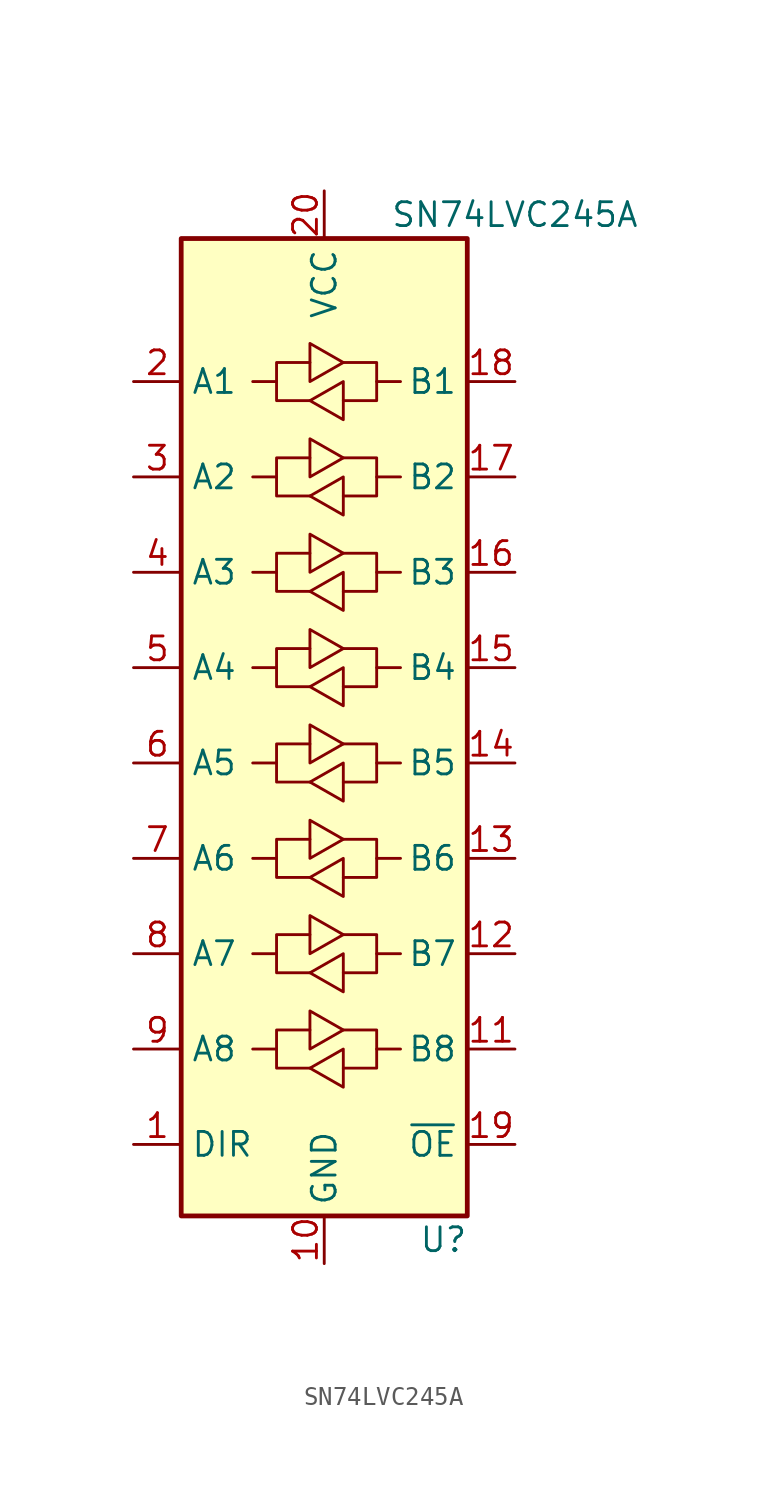
<source format=kicad_sym>
(kicad_symbol_lib
  (version 20211014)
  (generator kicad_symbol_editor)
  (symbol "SN74LVC245A"
    (property "Reference" "U"
      (at 6.35 -43.18 0)
      (effects (font (size 1.27 1.27))))
    (property "Value" "SN74LVC245A"
      (at 10.16 11.43 0)
      (effects (font (size 1.27 1.27))))
    (symbol "SN74LVC245A_1_1"
      (rectangle (start -7.62 10.16) (end 7.62 -41.91) (stroke (width 0.254) (type default) (color 0 0 0 0)) (fill (type background)))
      (polyline (pts (xy -2.54 -33.02) (xy -2.54 -32.004) (xy -0.762 -32.004)) (stroke (width 0) (type default) (color 0 0 0 0)) (fill (type none)))
      (polyline (pts (xy -2.54 -27.94) (xy -2.54 -26.924) (xy -0.762 -26.924)) (stroke (width 0) (type default) (color 0 0 0 0)) (fill (type none)))
      (polyline (pts (xy -2.54 -22.86) (xy -2.54 -21.844) (xy -0.762 -21.844)) (stroke (width 0) (type default) (color 0 0 0 0)) (fill (type none)))
      (polyline (pts (xy -2.54 -17.78) (xy -2.54 -16.764) (xy -0.762 -16.764)) (stroke (width 0) (type default) (color 0 0 0 0)) (fill (type none)))
      (polyline (pts (xy -2.54 -12.7) (xy -2.54 -11.684) (xy -0.762 -11.684)) (stroke (width 0) (type default) (color 0 0 0 0)) (fill (type none)))
      (polyline (pts (xy -2.54 -7.62) (xy -2.54 -6.604) (xy -0.762 -6.604)) (stroke (width 0) (type default) (color 0 0 0 0)) (fill (type none)))
      (polyline (pts (xy -2.54 -2.54) (xy -2.54 -1.524) (xy -0.762 -1.524)) (stroke (width 0) (type default) (color 0 0 0 0)) (fill (type none)))
      (polyline (pts (xy -2.54 2.54) (xy -2.54 3.556) (xy -0.762 3.556)) (stroke (width 0) (type default) (color 0 0 0 0)) (fill (type none)))
      (polyline (pts (xy 2.794 -33.02) (xy 2.794 -34.036) (xy 1.016 -34.036)) (stroke (width 0) (type default) (color 0 0 0 0)) (fill (type none)))
      (polyline (pts (xy 2.794 -27.94) (xy 2.794 -28.956) (xy 1.016 -28.956)) (stroke (width 0) (type default) (color 0 0 0 0)) (fill (type none)))
      (polyline (pts (xy 2.794 -22.86) (xy 2.794 -23.876) (xy 1.016 -23.876)) (stroke (width 0) (type default) (color 0 0 0 0)) (fill (type none)))
      (polyline (pts (xy 2.794 -17.78) (xy 2.794 -18.796) (xy 1.016 -18.796)) (stroke (width 0) (type default) (color 0 0 0 0)) (fill (type none)))
      (polyline (pts (xy 2.794 -12.7) (xy 2.794 -13.716) (xy 1.016 -13.716)) (stroke (width 0) (type default) (color 0 0 0 0)) (fill (type none)))
      (polyline (pts (xy 2.794 -7.62) (xy 2.794 -8.636) (xy 1.016 -8.636)) (stroke (width 0) (type default) (color 0 0 0 0)) (fill (type none)))
      (polyline (pts (xy 2.794 -2.54) (xy 2.794 -3.556) (xy 1.016 -3.556)) (stroke (width 0) (type default) (color 0 0 0 0)) (fill (type none)))
      (polyline (pts (xy 2.794 2.54) (xy 2.794 1.524) (xy 1.016 1.524)) (stroke (width 0) (type default) (color 0 0 0 0)) (fill (type none)))
      (polyline (pts (xy -0.762 -34.036) (xy -2.54 -34.036) (xy -2.54 -33.02) (xy -3.81 -33.02)) (stroke (width 0) (type default) (color 0 0 0 0)) (fill (type none)))
      (polyline (pts (xy -0.762 -33.02) (xy -0.762 -30.988) (xy 1.016 -32.004) (xy -0.762 -33.02)) (stroke (width 0) (type default) (color 0 0 0 0)) (fill (type none)))
      (polyline (pts (xy -0.762 -28.956) (xy -2.54 -28.956) (xy -2.54 -27.94) (xy -3.81 -27.94)) (stroke (width 0) (type default) (color 0 0 0 0)) (fill (type none)))
      (polyline (pts (xy -0.762 -27.94) (xy -0.762 -25.908) (xy 1.016 -26.924) (xy -0.762 -27.94)) (stroke (width 0) (type default) (color 0 0 0 0)) (fill (type none)))
      (polyline (pts (xy -0.762 -23.876) (xy -2.54 -23.876) (xy -2.54 -22.86) (xy -3.81 -22.86)) (stroke (width 0) (type default) (color 0 0 0 0)) (fill (type none)))
      (polyline (pts (xy -0.762 -22.86) (xy -0.762 -20.828) (xy 1.016 -21.844) (xy -0.762 -22.86)) (stroke (width 0) (type default) (color 0 0 0 0)) (fill (type none)))
      (polyline (pts (xy -0.762 -18.796) (xy -2.54 -18.796) (xy -2.54 -17.78) (xy -3.81 -17.78)) (stroke (width 0) (type default) (color 0 0 0 0)) (fill (type none)))
      (polyline (pts (xy -0.762 -17.78) (xy -0.762 -15.748) (xy 1.016 -16.764) (xy -0.762 -17.78)) (stroke (width 0) (type default) (color 0 0 0 0)) (fill (type none)))
      (polyline (pts (xy -0.762 -13.716) (xy -2.54 -13.716) (xy -2.54 -12.7) (xy -3.81 -12.7)) (stroke (width 0) (type default) (color 0 0 0 0)) (fill (type none)))
      (polyline (pts (xy -0.762 -12.7) (xy -0.762 -10.668) (xy 1.016 -11.684) (xy -0.762 -12.7)) (stroke (width 0) (type default) (color 0 0 0 0)) (fill (type none)))
      (polyline (pts (xy -0.762 -8.636) (xy -2.54 -8.636) (xy -2.54 -7.62) (xy -3.81 -7.62)) (stroke (width 0) (type default) (color 0 0 0 0)) (fill (type none)))
      (polyline (pts (xy -0.762 -7.62) (xy -0.762 -5.588) (xy 1.016 -6.604) (xy -0.762 -7.62)) (stroke (width 0) (type default) (color 0 0 0 0)) (fill (type none)))
      (polyline (pts (xy -0.762 -3.556) (xy -2.54 -3.556) (xy -2.54 -2.54) (xy -3.81 -2.54)) (stroke (width 0) (type default) (color 0 0 0 0)) (fill (type none)))
      (polyline (pts (xy -0.762 -2.54) (xy -0.762 -0.508) (xy 1.016 -1.524) (xy -0.762 -2.54)) (stroke (width 0) (type default) (color 0 0 0 0)) (fill (type none)))
      (polyline (pts (xy -0.762 1.524) (xy -2.54 1.524) (xy -2.54 2.54) (xy -3.81 2.54)) (stroke (width 0) (type default) (color 0 0 0 0)) (fill (type none)))
      (polyline (pts (xy -0.762 2.54) (xy -0.762 4.572) (xy 1.016 3.556) (xy -0.762 2.54)) (stroke (width 0) (type default) (color 0 0 0 0)) (fill (type none)))
      (polyline (pts (xy 1.016 -32.004) (xy 2.794 -32.004) (xy 2.794 -33.02) (xy 4.064 -33.02)) (stroke (width 0) (type default) (color 0 0 0 0)) (fill (type none)))
      (polyline (pts (xy 1.016 -26.924) (xy 2.794 -26.924) (xy 2.794 -27.94) (xy 4.064 -27.94)) (stroke (width 0) (type default) (color 0 0 0 0)) (fill (type none)))
      (polyline (pts (xy 1.016 -21.844) (xy 2.794 -21.844) (xy 2.794 -22.86) (xy 4.064 -22.86)) (stroke (width 0) (type default) (color 0 0 0 0)) (fill (type none)))
      (polyline (pts (xy 1.016 -16.764) (xy 2.794 -16.764) (xy 2.794 -17.78) (xy 4.064 -17.78)) (stroke (width 0) (type default) (color 0 0 0 0)) (fill (type none)))
      (polyline (pts (xy 1.016 -11.684) (xy 2.794 -11.684) (xy 2.794 -12.7) (xy 4.064 -12.7)) (stroke (width 0) (type default) (color 0 0 0 0)) (fill (type none)))
      (polyline (pts (xy 1.016 -6.604) (xy 2.794 -6.604) (xy 2.794 -7.62) (xy 4.064 -7.62)) (stroke (width 0) (type default) (color 0 0 0 0)) (fill (type none)))
      (polyline (pts (xy 1.016 -1.524) (xy 2.794 -1.524) (xy 2.794 -2.54) (xy 4.064 -2.54)) (stroke (width 0) (type default) (color 0 0 0 0)) (fill (type none)))
      (polyline (pts (xy 1.016 3.556) (xy 2.794 3.556) (xy 2.794 2.54) (xy 4.064 2.54)) (stroke (width 0) (type default) (color 0 0 0 0)) (fill (type none)))
      (polyline (pts (xy 1.016 -33.02) (xy 1.016 -34.798) (xy 1.016 -35.052) (xy -0.762 -34.036) (xy 1.016 -33.02)) (stroke (width 0) (type default) (color 0 0 0 0)) (fill (type none)))
      (polyline (pts (xy 1.016 -27.94) (xy 1.016 -29.718) (xy 1.016 -29.972) (xy -0.762 -28.956) (xy 1.016 -27.94)) (stroke (width 0) (type default) (color 0 0 0 0)) (fill (type none)))
      (polyline (pts (xy 1.016 -22.86) (xy 1.016 -24.638) (xy 1.016 -24.892) (xy -0.762 -23.876) (xy 1.016 -22.86)) (stroke (width 0) (type default) (color 0 0 0 0)) (fill (type none)))
      (polyline (pts (xy 1.016 -17.78) (xy 1.016 -19.558) (xy 1.016 -19.812) (xy -0.762 -18.796) (xy 1.016 -17.78)) (stroke (width 0) (type default) (color 0 0 0 0)) (fill (type none)))
      (polyline (pts (xy 1.016 -12.7) (xy 1.016 -14.478) (xy 1.016 -14.732) (xy -0.762 -13.716) (xy 1.016 -12.7)) (stroke (width 0) (type default) (color 0 0 0 0)) (fill (type none)))
      (polyline (pts (xy 1.016 -7.62) (xy 1.016 -9.398) (xy 1.016 -9.652) (xy -0.762 -8.636) (xy 1.016 -7.62)) (stroke (width 0) (type default) (color 0 0 0 0)) (fill (type none)))
      (polyline (pts (xy 1.016 -2.54) (xy 1.016 -4.318) (xy 1.016 -4.572) (xy -0.762 -3.556) (xy 1.016 -2.54)) (stroke (width 0) (type default) (color 0 0 0 0)) (fill (type none)))
      (polyline (pts (xy 1.016 2.54) (xy 1.016 0.762) (xy 1.016 0.508) (xy -0.762 1.524) (xy 1.016 2.54)) (stroke (width 0) (type default) (color 0 0 0 0)) (fill (type none)))
      (pin input line (at -10.16 -38.1 0) (length 2.54) (name "DIR" (effects (font (size 1.27 1.27)))) (number "1" (effects (font (size 1.27 1.27)))))
      (pin power_in line (at 0 -44.45 90) (length 2.54) (name "GND" (effects (font (size 1.27 1.27)))) (number "10" (effects (font (size 1.27 1.27)))))
      (pin bidirectional line (at 10.16 -33.02 180) (length 2.54) (name "B8" (effects (font (size 1.27 1.27)))) (number "11" (effects (font (size 1.27 1.27)))))
      (pin bidirectional line (at 10.16 -27.94 180) (length 2.54) (name "B7" (effects (font (size 1.27 1.27)))) (number "12" (effects (font (size 1.27 1.27)))))
      (pin bidirectional line (at 10.16 -22.86 180) (length 2.54) (name "B6" (effects (font (size 1.27 1.27)))) (number "13" (effects (font (size 1.27 1.27)))))
      (pin bidirectional line (at 10.16 -17.78 180) (length 2.54) (name "B5" (effects (font (size 1.27 1.27)))) (number "14" (effects (font (size 1.27 1.27)))))
      (pin bidirectional line (at 10.16 -12.7 180) (length 2.54) (name "B4" (effects (font (size 1.27 1.27)))) (number "15" (effects (font (size 1.27 1.27)))))
      (pin bidirectional line (at 10.16 -7.62 180) (length 2.54) (name "B3" (effects (font (size 1.27 1.27)))) (number "16" (effects (font (size 1.27 1.27)))))
      (pin bidirectional line (at 10.16 -2.54 180) (length 2.54) (name "B2" (effects (font (size 1.27 1.27)))) (number "17" (effects (font (size 1.27 1.27)))))
      (pin bidirectional line (at 10.16 2.54 180) (length 2.54) (name "B1" (effects (font (size 1.27 1.27)))) (number "18" (effects (font (size 1.27 1.27)))))
      (pin input line (at 10.16 -38.1 180) (length 2.54) (name "~{OE}" (effects (font (size 1.27 1.27)))) (number "19" (effects (font (size 1.27 1.27)))))
      (pin bidirectional line (at -10.16 2.54 0) (length 2.54) (name "A1" (effects (font (size 1.27 1.27)))) (number "2" (effects (font (size 1.27 1.27)))))
      (pin power_in line (at 0 12.7 270) (length 2.54) (name "VCC" (effects (font (size 1.27 1.27)))) (number "20" (effects (font (size 1.27 1.27)))))
      (pin bidirectional line (at -10.16 -2.54 0) (length 2.54) (name "A2" (effects (font (size 1.27 1.27)))) (number "3" (effects (font (size 1.27 1.27)))))
      (pin bidirectional line (at -10.16 -7.62 0) (length 2.54) (name "A3" (effects (font (size 1.27 1.27)))) (number "4" (effects (font (size 1.27 1.27)))))
      (pin bidirectional line (at -10.16 -12.7 0) (length 2.54) (name "A4" (effects (font (size 1.27 1.27)))) (number "5" (effects (font (size 1.27 1.27)))))
      (pin bidirectional line (at -10.16 -17.78 0) (length 2.54) (name "A5" (effects (font (size 1.27 1.27)))) (number "6" (effects (font (size 1.27 1.27)))))
      (pin bidirectional line (at -10.16 -22.86 0) (length 2.54) (name "A6" (effects (font (size 1.27 1.27)))) (number "7" (effects (font (size 1.27 1.27)))))
      (pin bidirectional line (at -10.16 -27.94 0) (length 2.54) (name "A7" (effects (font (size 1.27 1.27)))) (number "8" (effects (font (size 1.27 1.27)))))
      (pin bidirectional line (at -10.16 -33.02 0) (length 2.54) (name "A8" (effects (font (size 1.27 1.27)))) (number "9" (effects (font (size 1.27 1.27))))))))
</source>
